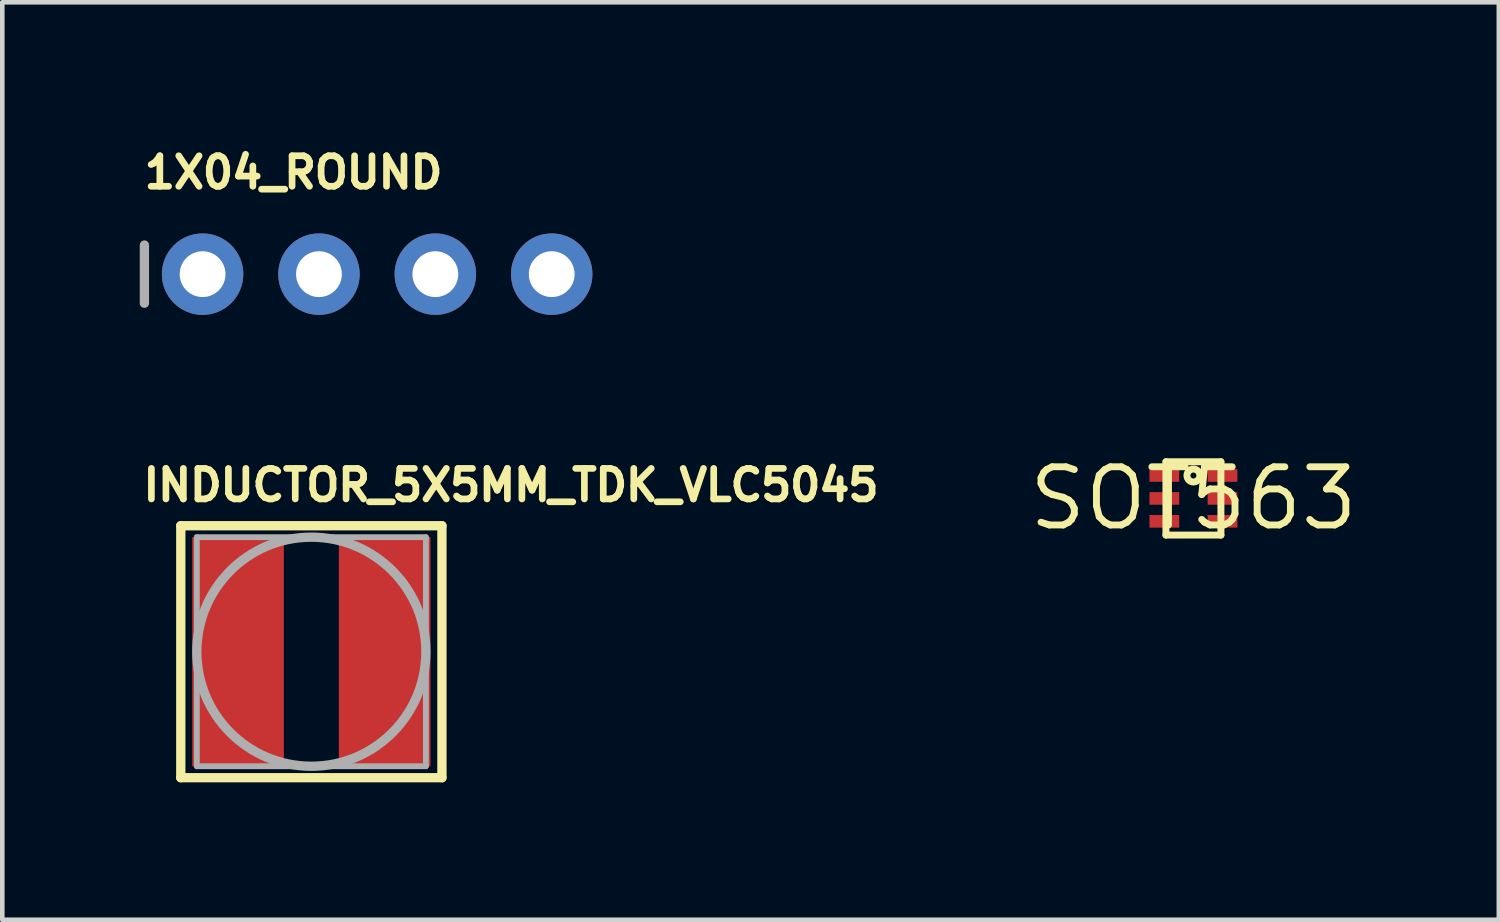
<source format=kicad_pcb>
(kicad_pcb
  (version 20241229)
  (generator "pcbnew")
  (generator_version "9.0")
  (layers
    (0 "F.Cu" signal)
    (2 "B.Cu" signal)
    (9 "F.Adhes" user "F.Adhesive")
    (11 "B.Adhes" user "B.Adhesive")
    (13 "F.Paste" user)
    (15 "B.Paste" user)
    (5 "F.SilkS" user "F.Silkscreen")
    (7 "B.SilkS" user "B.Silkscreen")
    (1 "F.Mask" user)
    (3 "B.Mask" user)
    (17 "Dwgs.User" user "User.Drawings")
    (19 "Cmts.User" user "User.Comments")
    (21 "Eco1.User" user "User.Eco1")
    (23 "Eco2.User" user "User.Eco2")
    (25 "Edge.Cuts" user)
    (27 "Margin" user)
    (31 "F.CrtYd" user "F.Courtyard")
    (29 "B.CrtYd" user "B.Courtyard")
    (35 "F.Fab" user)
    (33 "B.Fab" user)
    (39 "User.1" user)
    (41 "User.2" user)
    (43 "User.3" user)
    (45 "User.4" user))
  (footprint "SOT563"
    (layer "F.Cu")
    (at 22.999 7.829)
    (property "Reference" "SOT563" (at 0 0 0) (unlocked yes) (layer "F.SilkS") (effects (font (size 1.27 1.27) (thickness 0.15))))
    (fp_line (start -0.6 -0.8) (end 0.6 -0.8) (stroke (width 0.152) (type solid)) (layer "F.SilkS"))
    (fp_line (start -0.6 0.8) (end -0.6 -0.8) (stroke (width 0.152) (type solid)) (layer "F.SilkS"))
    (fp_line (start 0.6 -0.8) (end 0.6 0.8) (stroke (width 0.152) (type solid)) (layer "F.SilkS"))
    (fp_line (start 0.6 0.8) (end -0.6 0.8) (stroke (width 0.152) (type solid)) (layer "F.SilkS"))
    (fp_circle (center 0 -0.5) (end 0.141 -0.5) (stroke (width 0.152) (type solid)) (fill no) (layer "F.SilkS"))
    (pad "1" smd rect (at -0.635 -0.5) (size 0.65 0.275) (layers "F.Cu" "F.Mask" "F.Paste"))
    (pad "2" smd rect (at -0.635 0) (size 0.65 0.275) (layers "F.Cu" "F.Mask" "F.Paste"))
    (pad "3" smd rect (at -0.635 0.5) (size 0.65 0.275) (layers "F.Cu" "F.Mask" "F.Paste"))
    (pad "4" smd rect (at 0.635 0.5) (size 0.65 0.275) (layers "F.Cu" "F.Mask" "F.Paste"))
    (pad "5" smd rect (at 0.635 0) (size 0.65 0.275) (layers "F.Cu" "F.Mask" "F.Paste"))
    (pad "6" smd rect (at 0.635 -0.5) (size 0.65 0.275) (layers "F.Cu" "F.Mask" "F.Paste")))
  (footprint "1X04_ROUND"
    (layer "F.Cu")
    (at 5.182 2.934)
    (property "Reference" "1X04_ROUND" (at -5.156 -1.829 0) (unlocked yes) (layer "F.SilkS") (effects (font (size 0.666 0.666) (thickness 0.146)) (justify left bottom)))
    (fp_line (start -5.08 -0.635) (end -5.08 0.635) (stroke (width 0.203) (type solid)) (layer "F.Fab"))
    (fp_poly (pts (xy -4.064 0.254) (xy -3.556 0.254) (xy -3.556 -0.254) (xy -4.064 -0.254)) (stroke (width 0.1) (type default)) (fill no) (layer "F.Fab"))
    (fp_poly (pts (xy -1.524 0.254) (xy -1.016 0.254) (xy -1.016 -0.254) (xy -1.524 -0.254)) (stroke (width 0.1) (type default)) (fill no) (layer "F.Fab"))
    (fp_poly (pts (xy 1.016 0.254) (xy 1.524 0.254) (xy 1.524 -0.254) (xy 1.016 -0.254)) (stroke (width 0.1) (type default)) (fill no) (layer "F.Fab"))
    (fp_poly (pts (xy 3.556 0.254) (xy 4.064 0.254) (xy 4.064 -0.254) (xy 3.556 -0.254)) (stroke (width 0.1) (type default)) (fill no) (layer "F.Fab"))
    (pad "1" thru_hole circle (at -3.81 0 90) (size 1.778 1.778) (drill 1) (layers "*.Cu" "*.Mask"))
    (pad "2" thru_hole circle (at -1.27 0 90) (size 1.778 1.778) (drill 1) (layers "*.Cu" "*.Mask"))
    (pad "3" thru_hole circle (at 1.27 0 90) (size 1.778 1.778) (drill 1) (layers "*.Cu" "*.Mask"))
    (pad "4" thru_hole circle (at 3.81 0 90) (size 1.778 1.778) (drill 1) (layers "*.Cu" "*.Mask")))
  (footprint "INDUCTOR_5X5MM_TDK_VLC5045"
    (layer "F.Cu")
    (at 3.746 11.175)
    (property "Reference" "INDUCTOR_5X5MM_TDK_VLC5045" (at -3.746 -3.246 0) (unlocked yes) (layer "F.SilkS") (effects (font (size 0.666 0.666) (thickness 0.146)) (justify left bottom)))
    (fp_line (start -2.85 -2.75) (end 2.85 -2.75) (stroke (width 0.203) (type solid)) (layer "F.SilkS"))
    (fp_line (start -2.85 2.75) (end -2.85 -2.75) (stroke (width 0.203) (type solid)) (layer "F.SilkS"))
    (fp_line (start 2.85 -2.75) (end 2.85 2.75) (stroke (width 0.203) (type solid)) (layer "F.SilkS"))
    (fp_line (start 2.85 2.75) (end -2.85 2.75) (stroke (width 0.203) (type solid)) (layer "F.SilkS"))
    (fp_line (start -2.5 -2.5) (end 2.5 -2.5) (stroke (width 0.127) (type solid)) (layer "F.Fab"))
    (fp_line (start -2.5 2.5) (end -2.5 -2.5) (stroke (width 0.127) (type solid)) (layer "F.Fab"))
    (fp_line (start 2.5 -2.5) (end 2.5 2.5) (stroke (width 0.127) (type solid)) (layer "F.Fab"))
    (fp_line (start 2.5 2.5) (end -2.5 2.5) (stroke (width 0.127) (type solid)) (layer "F.Fab"))
    (fp_circle (center 0 0) (end 2.5 0) (stroke (width 0.203) (type solid)) (fill no) (layer "F.Fab"))
    (pad "P$1" smd rect (at -1.6 0) (size 2 5) (layers "F.Cu" "F.Mask" "F.Paste"))
    (pad "P$2" smd rect (at 1.6 0) (size 2 5) (layers "F.Cu" "F.Mask" "F.Paste")))
  (gr_rect
    (start -3 -3)
    (end 29.665 17.026)
    (stroke (width 0.1) (type default))
    (fill no)
    (layer "Edge.Cuts")))
</source>
